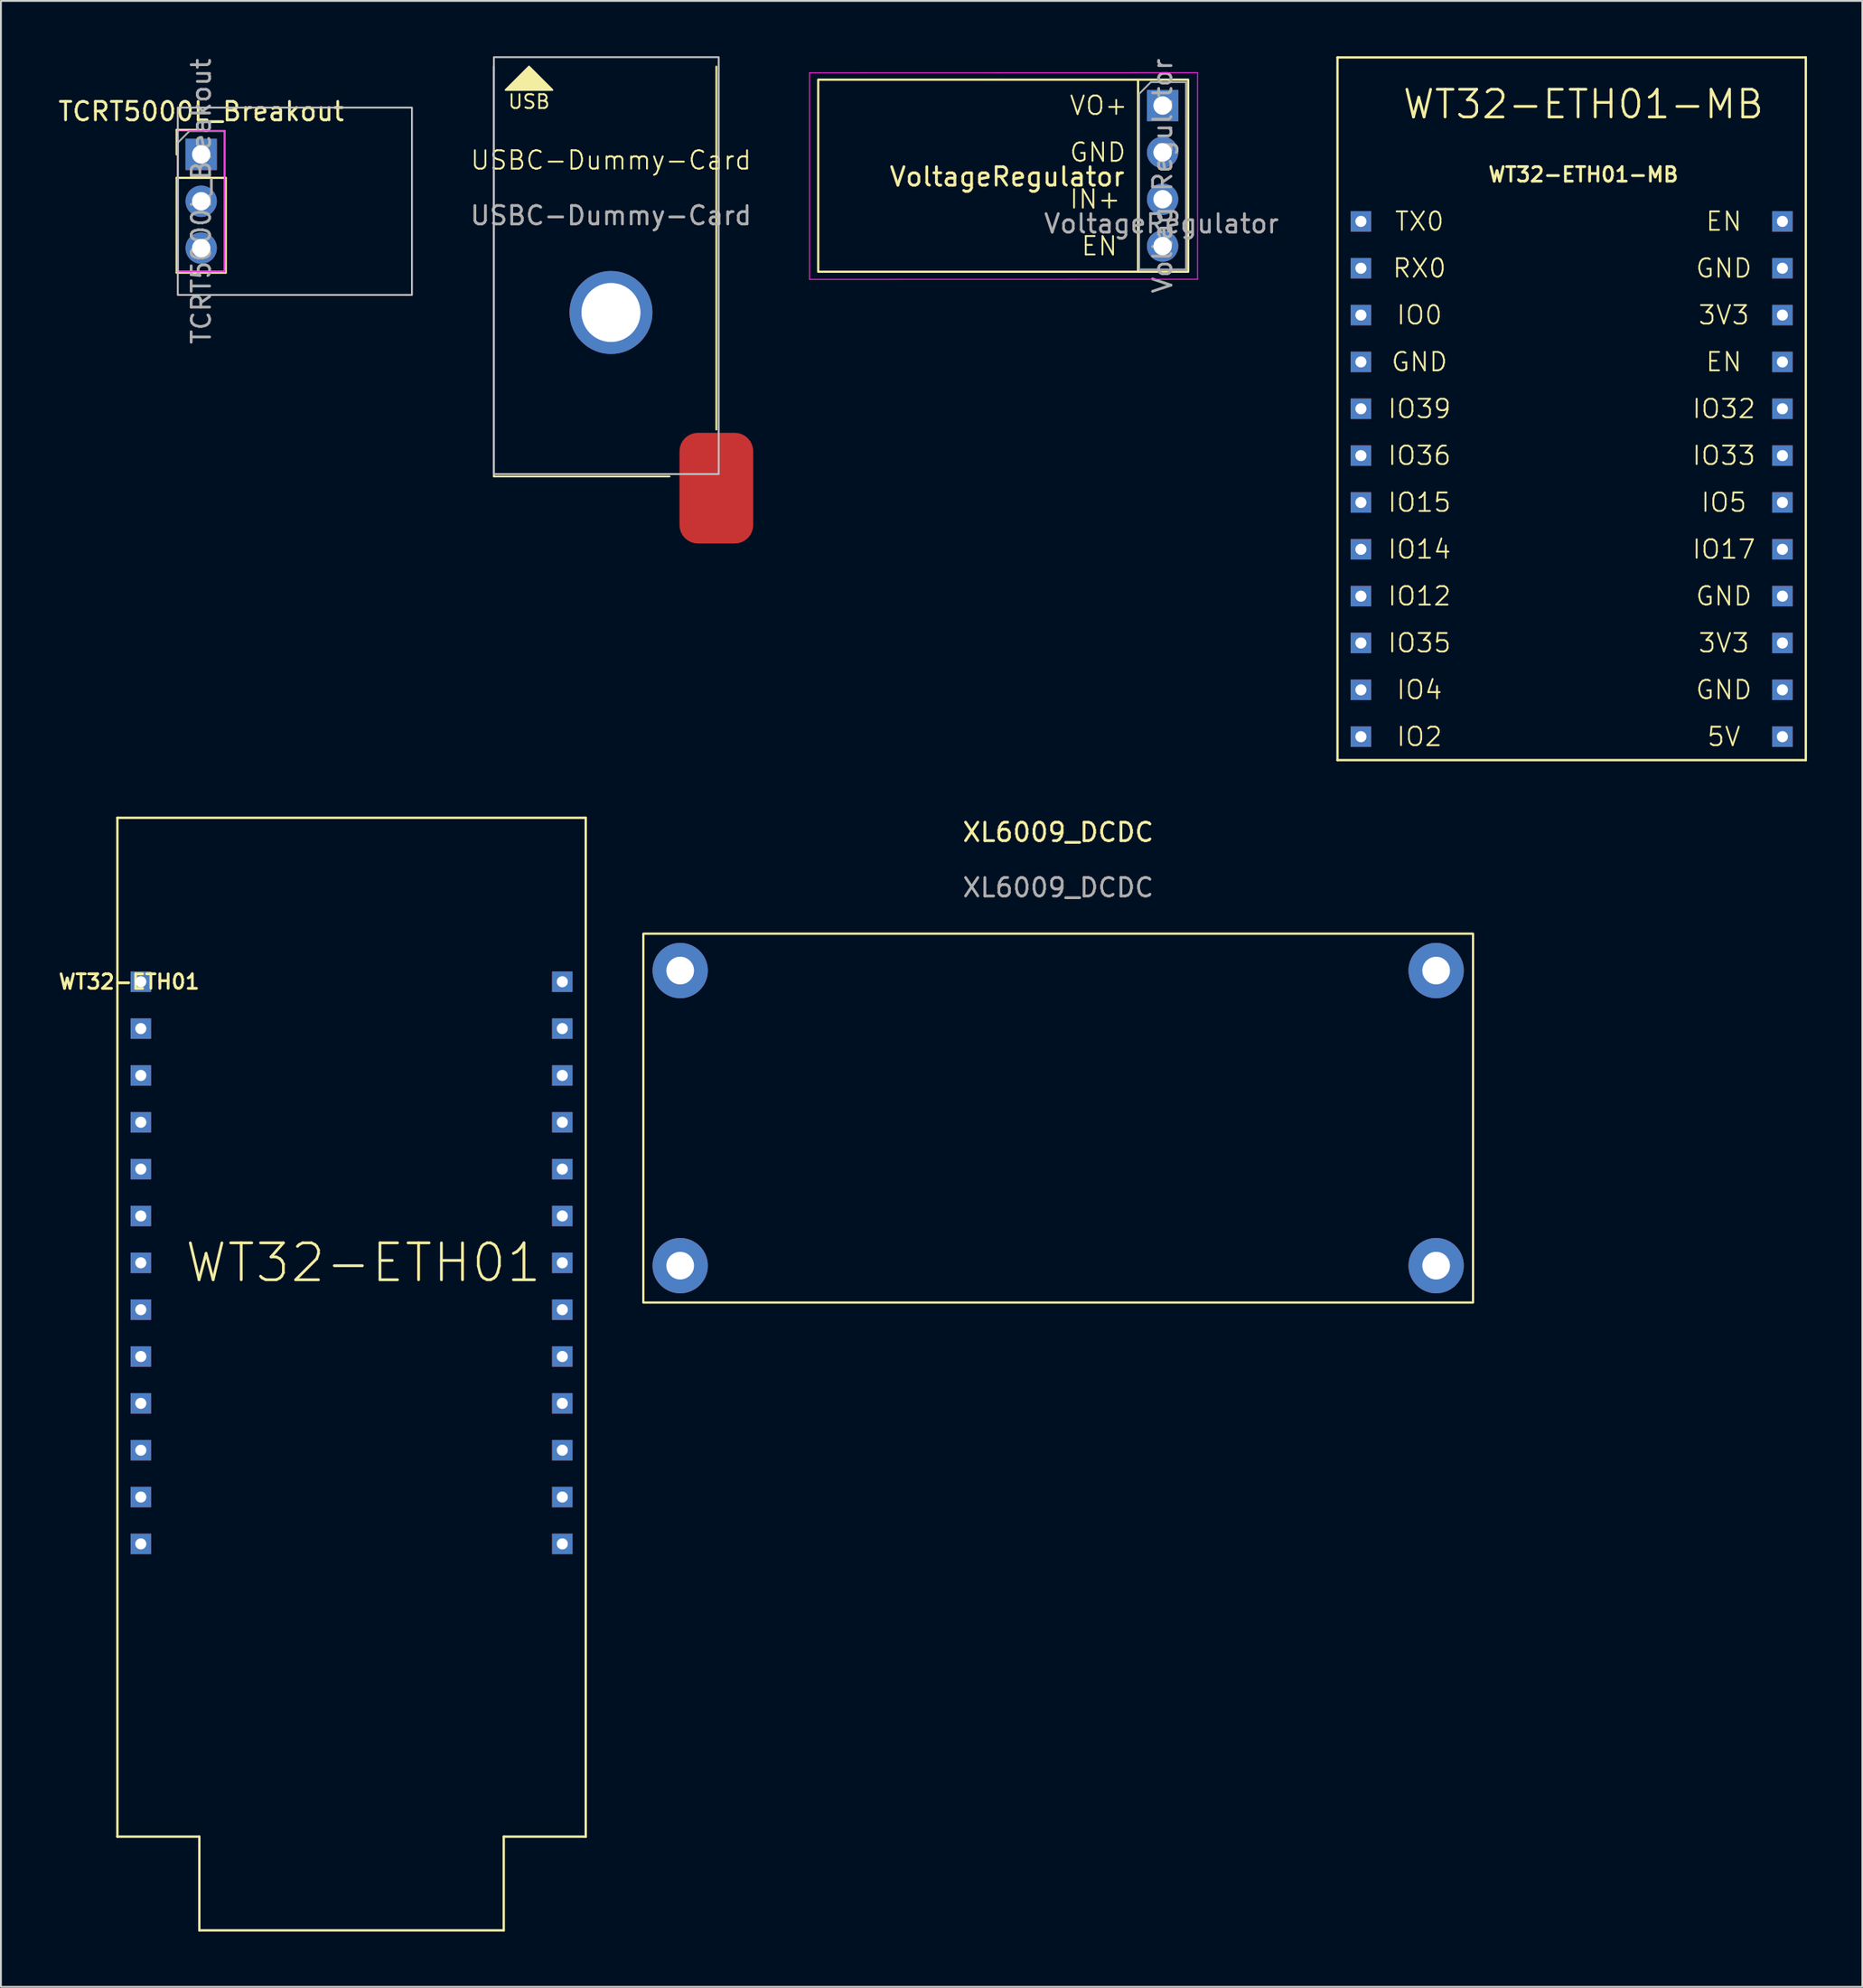
<source format=kicad_pcb>
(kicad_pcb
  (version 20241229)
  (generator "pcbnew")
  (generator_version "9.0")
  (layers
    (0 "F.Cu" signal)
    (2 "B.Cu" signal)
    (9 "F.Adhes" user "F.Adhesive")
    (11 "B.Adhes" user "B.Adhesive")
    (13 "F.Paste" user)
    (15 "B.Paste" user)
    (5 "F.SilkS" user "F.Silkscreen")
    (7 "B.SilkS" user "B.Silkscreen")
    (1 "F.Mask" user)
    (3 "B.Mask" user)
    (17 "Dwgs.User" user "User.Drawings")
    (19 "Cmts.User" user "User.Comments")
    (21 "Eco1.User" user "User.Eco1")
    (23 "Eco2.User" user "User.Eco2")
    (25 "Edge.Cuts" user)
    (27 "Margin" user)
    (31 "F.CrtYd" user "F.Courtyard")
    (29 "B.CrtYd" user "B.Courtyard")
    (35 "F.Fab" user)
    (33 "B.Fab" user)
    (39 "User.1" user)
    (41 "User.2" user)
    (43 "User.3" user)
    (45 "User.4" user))
  (footprint "TCRT5000L_Breakout"
    (layer "F.Cu")
    (at 7.863 5.323)
    (property "Reference" "TCRT5000L_Breakout" (at 0 -2.33 0) (layer "F.SilkS") (effects (font (size 1 1) (thickness 0.15))))
    (attr through_hole)
    (fp_line (start -1.33 -1.33) (end 0 -1.33) (stroke (width 0.12) (type solid)) (layer "F.SilkS"))
    (fp_line (start -1.33 0) (end -1.33 -1.33) (stroke (width 0.12) (type solid)) (layer "F.SilkS"))
    (fp_line (start -1.33 1.27) (end -1.33 6.41) (stroke (width 0.12) (type solid)) (layer "F.SilkS"))
    (fp_line (start -1.33 1.27) (end 1.33 1.27) (stroke (width 0.12) (type solid)) (layer "F.SilkS"))
    (fp_line (start -1.33 6.41) (end 1.33 6.41) (stroke (width 0.12) (type solid)) (layer "F.SilkS"))
    (fp_line (start 1.33 1.27) (end 1.33 6.41) (stroke (width 0.12) (type solid)) (layer "F.SilkS"))
    (fp_rect (start -1.27 -2.54) (end 11.43 7.62) (stroke (width 0.1) (type default)) (fill no) (layer "Dwgs.User"))
    (fp_line (start -1.27 -1.27) (end -1.27 6.35) (stroke (width 0.05) (type solid)) (layer "F.CrtYd"))
    (fp_line (start -1.27 6.35) (end 1.27 6.35) (stroke (width 0.05) (type solid)) (layer "F.CrtYd"))
    (fp_line (start 1.27 -1.27) (end -1.27 -1.27) (stroke (width 0.05) (type solid)) (layer "F.CrtYd"))
    (fp_line (start 1.27 6.35) (end 1.27 -1.27) (stroke (width 0.05) (type solid)) (layer "F.CrtYd"))
    (fp_line (start -1.27 -0.635) (end -0.635 -1.27) (stroke (width 0.1) (type solid)) (layer "F.Fab"))
    (fp_line (start -1.27 6.35) (end -1.27 -0.635) (stroke (width 0.1) (type solid)) (layer "F.Fab"))
    (fp_line (start -0.635 -1.27) (end 1.27 -1.27) (stroke (width 0.1) (type solid)) (layer "F.Fab"))
    (fp_line (start 1.27 -1.27) (end 1.27 6.35) (stroke (width 0.1) (type solid)) (layer "F.Fab"))
    (fp_line (start 1.27 6.35) (end -1.27 6.35) (stroke (width 0.1) (type solid)) (layer "F.Fab"))
    (fp_text user "${REFERENCE}" (at 0 2.54 90) (layer "F.Fab") (effects (font (size 1 1) (thickness 0.15))))
    (pad "1" thru_hole rect (at 0 0) (size 1.7 1.7) (drill 1) (layers "*.Cu" "*.Mask"))
    (pad "2" thru_hole oval (at 0 2.54) (size 1.7 1.7) (drill 1) (layers "*.Cu" "*.Mask"))
    (pad "3" thru_hole oval (at 0 5.08) (size 1.7 1.7) (drill 1) (layers "*.Cu" "*.Mask")))
  (footprint "XL6009_DCDC"
    (layer "F.Cu")
    (at 54.341 42.575)
    (property "Reference" "XL6009_DCDC" (at 0 -0.5 0) (unlocked yes) (layer "F.SilkS") (effects (font (size 1 1) (thickness 0.15))))
    (attr smd)
    (fp_rect (start -22.5 5) (end 22.5 25) (stroke (width 0.12) (type solid)) (fill no) (layer "F.SilkS"))
    (fp_text user "${REFERENCE}" (at 0 2.5 0) (unlocked yes) (layer "F.Fab") (effects (font (size 1 1) (thickness 0.15))))
    (pad "1" thru_hole circle (at -20.5 7) (size 3 3) (drill 1.5) (layers "*.Cu" "*.Mask"))
    (pad "2" thru_hole circle (at -20.5 23) (size 3 3) (drill 1.5) (layers "*.Cu" "*.Mask"))
    (pad "3" thru_hole circle (at 20.5 7) (size 3 3) (drill 1.5) (layers "*.Cu" "*.Mask"))
    (pad "4" thru_hole circle (at 20.5 23) (size 3 3) (drill 1.5) (layers "*.Cu" "*.Mask")))
  (footprint "WT32-ETH01-MB"
    (layer "F.Cu")
    (at 73.935 8.954)
    (property "Reference" "WT32-ETH01-MB" (at 8.89 -2.54 0) (layer "F.SilkS") (effects (font (size 0.787 0.787) (thickness 0.15))))
    (attr through_hole)
    (fp_line (start -4.445 -8.89) (end -4.445 29.21) (stroke (width 0.127) (type solid)) (layer "F.SilkS"))
    (fp_line (start 20.955 -8.89) (end -4.445 -8.89) (stroke (width 0.127) (type solid)) (layer "F.SilkS"))
    (fp_line (start 20.955 -8.89) (end 20.955 29.21) (stroke (width 0.127) (type solid)) (layer "F.SilkS"))
    (fp_line (start 20.955 29.21) (end -4.445 29.21) (stroke (width 0.127) (type solid)) (layer "F.SilkS"))
    (fp_text user "GND" (at 16.51 20.32 0) (unlocked yes) (layer "F.SilkS") (effects (font (size 1 1) (thickness 0.1))))
    (fp_text user "IO5" (at 16.51 15.24 0) (unlocked yes) (layer "F.SilkS") (effects (font (size 1 1) (thickness 0.1))))
    (fp_text user "IO12" (at 0 20.32 0) (unlocked yes) (layer "F.SilkS") (effects (font (size 1 1) (thickness 0.1))))
    (fp_text user "RX0" (at 0 2.54 0) (unlocked yes) (layer "F.SilkS") (effects (font (size 1 1) (thickness 0.1))))
    (fp_text user "3V3" (at 16.51 22.86 0) (unlocked yes) (layer "F.SilkS") (effects (font (size 1 1) (thickness 0.1))))
    (fp_text user "IO4" (at 0 25.4 0) (unlocked yes) (layer "F.SilkS") (effects (font (size 1 1) (thickness 0.1))))
    (fp_text user "TX0" (at 0 0 0) (unlocked yes) (layer "F.SilkS") (effects (font (size 1 1) (thickness 0.1))))
    (fp_text user "IO39" (at 0 10.16 0) (unlocked yes) (layer "F.SilkS") (effects (font (size 1 1) (thickness 0.1))))
    (fp_text user "EN" (at 16.51 0 0) (unlocked yes) (layer "F.SilkS") (effects (font (size 1 1) (thickness 0.1))))
    (fp_text user "IO36" (at 0 12.7 0) (unlocked yes) (layer "F.SilkS") (effects (font (size 1 1) (thickness 0.1))))
    (fp_text user "IO35" (at 0 22.86 0) (unlocked yes) (layer "F.SilkS") (effects (font (size 1 1) (thickness 0.1))))
    (fp_text user "IO33" (at 16.51 12.7 0) (unlocked yes) (layer "F.SilkS") (effects (font (size 1 1) (thickness 0.1))))
    (fp_text user "EN" (at 16.51 7.62 0) (unlocked yes) (layer "F.SilkS") (effects (font (size 1 1) (thickness 0.1))))
    (fp_text user "IO0" (at 0 5.08 0) (unlocked yes) (layer "F.SilkS") (effects (font (size 1 1) (thickness 0.1))))
    (fp_text user "IO2" (at 0 27.94 0) (unlocked yes) (layer "F.SilkS") (effects (font (size 1 1) (thickness 0.1))))
    (fp_text user "IO14" (at 0 17.78 0) (unlocked yes) (layer "F.SilkS") (effects (font (size 1 1) (thickness 0.1))))
    (fp_text user "IO17" (at 16.51 17.78 0) (unlocked yes) (layer "F.SilkS") (effects (font (size 1 1) (thickness 0.1))))
    (fp_text user "WT32-ETH01-MB" (at 8.89 -6.35 0) (layer "F.SilkS") (effects (font (size 1.5 1.5) (thickness 0.15))))
    (fp_text user "GND" (at 16.51 25.4 0) (unlocked yes) (layer "F.SilkS") (effects (font (size 1 1) (thickness 0.1))))
    (fp_text user "IO15" (at 0 15.24 0) (unlocked yes) (layer "F.SilkS") (effects (font (size 1 1) (thickness 0.1))))
    (fp_text user "5V" (at 16.51 27.94 0) (unlocked yes) (layer "F.SilkS") (effects (font (size 1 1) (thickness 0.1))))
    (fp_text user "GND" (at 16.51 2.54 0) (unlocked yes) (layer "F.SilkS") (effects (font (size 1 1) (thickness 0.1))))
    (fp_text user "GND" (at 0 7.62 0) (unlocked yes) (layer "F.SilkS") (effects (font (size 1 1) (thickness 0.1))))
    (fp_text user "3V3" (at 16.51 5.08 0) (unlocked yes) (layer "F.SilkS") (effects (font (size 1 1) (thickness 0.1))))
    (fp_text user "IO32" (at 16.51 10.16 0) (unlocked yes) (layer "F.SilkS") (effects (font (size 1 1) (thickness 0.1))))
    (pad "3V3" thru_hole rect (at 19.685 5.08) (size 1.108 1.108) (drill 0.6) (layers "*.Cu" "*.Mask"))
    (pad "3V3@1" thru_hole rect (at 19.685 22.86) (size 1.108 1.108) (drill 0.6) (layers "*.Cu" "*.Mask"))
    (pad "5V" thru_hole rect (at 19.685 27.94) (size 1.108 1.108) (drill 0.6) (layers "*.Cu" "*.Mask"))
    (pad "485_EN" thru_hole rect (at 19.685 12.7) (size 1.108 1.108) (drill 0.6) (layers "*.Cu" "*.Mask"))
    (pad "CFG" thru_hole rect (at 19.685 10.16) (size 1.108 1.108) (drill 0.6) (layers "*.Cu" "*.Mask"))
    (pad "EN" thru_hole rect (at 19.685 0) (size 1.108 1.108) (drill 0.6) (layers "*.Cu" "*.Mask"))
    (pad "EN@1" thru_hole rect (at 19.685 7.62) (size 1.108 1.108) (drill 0.6) (layers "*.Cu" "*.Mask"))
    (pad "GND" thru_hole rect (at 19.685 2.54) (size 1.108 1.108) (drill 0.6) (layers "*.Cu" "*.Mask"))
    (pad "GND@1" thru_hole rect (at 19.685 20.32) (size 1.108 1.108) (drill 0.6) (layers "*.Cu" "*.Mask"))
    (pad "GND@2" thru_hole rect (at 19.685 25.4) (size 1.108 1.108) (drill 0.6) (layers "*.Cu" "*.Mask"))
    (pad "GND@3" thru_hole rect (at -3.175 7.62) (size 1.108 1.108) (drill 0.6) (layers "*.Cu" "*.Mask"))
    (pad "IO0" thru_hole rect (at -3.175 5.08) (size 1.108 1.108) (drill 0.6) (layers "*.Cu" "*.Mask"))
    (pad "IO2" thru_hole rect (at -3.175 27.94) (size 1.108 1.108) (drill 0.6) (layers "*.Cu" "*.Mask"))
    (pad "IO4" thru_hole rect (at -3.175 25.4) (size 1.108 1.108) (drill 0.6) (layers "*.Cu" "*.Mask"))
    (pad "IO12" thru_hole rect (at -3.175 20.32) (size 1.108 1.108) (drill 0.6) (layers "*.Cu" "*.Mask"))
    (pad "IO14" thru_hole rect (at -3.175 17.78) (size 1.108 1.108) (drill 0.6) (layers "*.Cu" "*.Mask"))
    (pad "IO15" thru_hole rect (at -3.175 15.24) (size 1.108 1.108) (drill 0.6) (layers "*.Cu" "*.Mask"))
    (pad "IO35" thru_hole rect (at -3.175 22.86) (size 1.108 1.108) (drill 0.6) (layers "*.Cu" "*.Mask"))
    (pad "IO36" thru_hole rect (at -3.175 12.7) (size 1.108 1.108) (drill 0.6) (layers "*.Cu" "*.Mask"))
    (pad "IO39" thru_hole rect (at -3.175 10.16) (size 1.108 1.108) (drill 0.6) (layers "*.Cu" "*.Mask"))
    (pad "RX0" thru_hole rect (at -3.175 2.54) (size 1.108 1.108) (drill 0.6) (layers "*.Cu" "*.Mask"))
    (pad "RXD" thru_hole rect (at 19.685 15.24) (size 1.108 1.108) (drill 0.6) (layers "*.Cu" "*.Mask"))
    (pad "TX0" thru_hole rect (at -3.175 0) (size 1.108 1.108) (drill 0.6) (layers "*.Cu" "*.Mask"))
    (pad "TXD" thru_hole rect (at 19.685 17.78) (size 1.108 1.108) (drill 0.6) (layers "*.Cu" "*.Mask")))
  (footprint "WT32-ETH01"
    (layer "F.Cu")
    (at 3.952 50.181)
    (property "Reference" "WT32-ETH01" (at 0 0 0) (layer "F.SilkS") (effects (font (size 0.787 0.787) (thickness 0.15))))
    (attr through_hole)
    (fp_line (start -0.635 -8.89) (end -0.635 46.355) (stroke (width 0.127) (type solid)) (layer "F.SilkS"))
    (fp_line (start -0.635 -8.89) (end 24.765 -8.89) (stroke (width 0.127) (type solid)) (layer "F.SilkS"))
    (fp_line (start -0.635 46.355) (end 3.81 46.355) (stroke (width 0.127) (type solid)) (layer "F.SilkS"))
    (fp_line (start 3.81 46.355) (end 3.81 51.435) (stroke (width 0.127) (type solid)) (layer "F.SilkS"))
    (fp_line (start 3.81 51.435) (end 20.32 51.435) (stroke (width 0.127) (type solid)) (layer "F.SilkS"))
    (fp_line (start 20.32 51.435) (end 20.32 46.355) (stroke (width 0.127) (type solid)) (layer "F.SilkS"))
    (fp_line (start 24.765 -8.89) (end 24.765 46.355) (stroke (width 0.127) (type solid)) (layer "F.SilkS"))
    (fp_line (start 24.765 46.355) (end 20.32 46.355) (stroke (width 0.127) (type solid)) (layer "F.SilkS"))
    (fp_text user "WT32-ETH01" (at 12.7 15.24 0) (layer "F.SilkS") (effects (font (size 2 2) (thickness 0.15))))
    (pad "3V3" thru_hole rect (at 0.635 5.08) (size 1.108 1.108) (drill 0.6) (layers "*.Cu" "*.Mask"))
    (pad "3V3@1" thru_hole rect (at 0.635 22.86) (size 1.108 1.108) (drill 0.6) (layers "*.Cu" "*.Mask"))
    (pad "5V" thru_hole rect (at 0.635 27.94) (size 1.108 1.108) (drill 0.6) (layers "*.Cu" "*.Mask"))
    (pad "485_EN" thru_hole rect (at 0.635 12.7) (size 1.108 1.108) (drill 0.6) (layers "*.Cu" "*.Mask"))
    (pad "CFG" thru_hole rect (at 0.635 10.16) (size 1.108 1.108) (drill 0.6) (layers "*.Cu" "*.Mask"))
    (pad "EN" thru_hole rect (at 0.635 0) (size 1.108 1.108) (drill 0.6) (layers "*.Cu" "*.Mask"))
    (pad "EN@1" thru_hole rect (at 0.635 7.62) (size 1.108 1.108) (drill 0.6) (layers "*.Cu" "*.Mask"))
    (pad "GND" thru_hole rect (at 0.635 2.54) (size 1.108 1.108) (drill 0.6) (layers "*.Cu" "*.Mask"))
    (pad "GND@1" thru_hole rect (at 0.635 20.32) (size 1.108 1.108) (drill 0.6) (layers "*.Cu" "*.Mask"))
    (pad "GND@2" thru_hole rect (at 0.635 25.4) (size 1.108 1.108) (drill 0.6) (layers "*.Cu" "*.Mask"))
    (pad "GND@3" thru_hole rect (at 23.495 7.62) (size 1.108 1.108) (drill 0.6) (layers "*.Cu" "*.Mask"))
    (pad "GND@4" thru_hole rect (at 23.495 30.48) (size 1.108 1.108) (drill 0.6) (layers "*.Cu" "*.Mask"))
    (pad "IO0" thru_hole rect (at 23.495 5.08) (size 1.108 1.108) (drill 0.6) (layers "*.Cu" "*.Mask"))
    (pad "IO2" thru_hole rect (at 23.495 27.94) (size 1.108 1.108) (drill 0.6) (layers "*.Cu" "*.Mask"))
    (pad "IO4" thru_hole rect (at 23.495 25.4) (size 1.108 1.108) (drill 0.6) (layers "*.Cu" "*.Mask"))
    (pad "IO12" thru_hole rect (at 23.495 20.32) (size 1.108 1.108) (drill 0.6) (layers "*.Cu" "*.Mask"))
    (pad "IO14" thru_hole rect (at 23.495 17.78) (size 1.108 1.108) (drill 0.6) (layers "*.Cu" "*.Mask"))
    (pad "IO15" thru_hole rect (at 23.495 15.24) (size 1.108 1.108) (drill 0.6) (layers "*.Cu" "*.Mask"))
    (pad "IO35" thru_hole rect (at 23.495 22.86) (size 1.108 1.108) (drill 0.6) (layers "*.Cu" "*.Mask"))
    (pad "IO36" thru_hole rect (at 23.495 12.7) (size 1.108 1.108) (drill 0.6) (layers "*.Cu" "*.Mask"))
    (pad "IO39" thru_hole rect (at 23.495 10.16) (size 1.108 1.108) (drill 0.6) (layers "*.Cu" "*.Mask"))
    (pad "LINK" thru_hole rect (at 0.635 30.48) (size 1.108 1.108) (drill 0.6) (layers "*.Cu" "*.Mask"))
    (pad "RX0" thru_hole rect (at 23.495 2.54) (size 1.108 1.108) (drill 0.6) (layers "*.Cu" "*.Mask"))
    (pad "RXD" thru_hole rect (at 0.635 15.24) (size 1.108 1.108) (drill 0.6) (layers "*.Cu" "*.Mask"))
    (pad "TX0" thru_hole rect (at 23.495 0) (size 1.108 1.108) (drill 0.6) (layers "*.Cu" "*.Mask"))
    (pad "TXD" thru_hole rect (at 0.635 17.78) (size 1.108 1.108) (drill 0.6) (layers "*.Cu" "*.Mask")))
  (footprint "USBC-Dummy-Card"
    (layer "F.Cu")
    (at 30.087 11.353)
    (property "Reference" "USBC-Dummy-Card" (at 0 -5.715 0) (unlocked yes) (layer "F.SilkS") (effects (font (size 1 1) (thickness 0.1))))
    (attr smd)
    (fp_line (start -6.35 -10.795) (end -6.35 11.43) (stroke (width 0.1) (type default)) (layer "F.SilkS"))
    (fp_line (start -6.35 11.43) (end 3.175 11.43) (stroke (width 0.1) (type default)) (layer "F.SilkS"))
    (fp_line (start 5.715 8.89) (end 5.715 -10.795) (stroke (width 0.1) (type default)) (layer "F.SilkS"))
    (fp_poly (pts (xy -5.715 -9.525) (xy -3.175 -9.525) (xy -4.445 -10.795)) (stroke (width 0.1) (type solid)) (fill yes) (layer "F.SilkS"))
    (fp_rect (start -6.35 -11.303) (end 5.842 11.303) (stroke (width 0.1) (type default)) (fill no) (layer "Dwgs.User"))
    (fp_text user "USB" (at -4.445 -8.89 0) (unlocked yes) (layer "F.SilkS") (effects (font (size 0.75 0.75) (thickness 0.1))))
    (fp_text user "${REFERENCE}" (at 0 -2.715 0) (unlocked yes) (layer "F.Fab") (effects (font (size 1 1) (thickness 0.15))))
    (pad "1" smd roundrect (at 5.715 12.065 90) (size 6 4) (layers "F.Cu" "F.Mask" "F.Paste") (roundrect_rratio 0.25))
    (pad "2" thru_hole circle (at 0 2.54) (size 4.5 4.5) (drill 3.2) (layers "*.Cu" "*.Mask")))
  (footprint "VoltageRegulator"
    (layer "F.Cu")
    (at 51.089 6.431)
    (property "Reference" "VoltageRegulator" (at 0.483 0.102 0) (unlocked yes) (layer "F.SilkS") (effects (font (size 1 1) (thickness 0.15))))
    (attr through_hole)
    (fp_line (start 7.585 -5.131) (end 7.585 5.191) (stroke (width 0.12) (type solid)) (layer "F.SilkS"))
    (fp_rect (start -9.763 -5.161) (end 10.303 5.253) (stroke (width 0.12) (type solid)) (fill no) (layer "F.SilkS"))
    (fp_line (start -10.233 -5.534) (end -10.233 5.666) (stroke (width 0.05) (type solid)) (layer "F.CrtYd"))
    (fp_line (start -10.233 5.666) (end 10.811 5.66) (stroke (width 0.05) (type solid)) (layer "F.CrtYd"))
    (fp_line (start 10.811 -5.542) (end -10.233 -5.534) (stroke (width 0.05) (type solid)) (layer "F.CrtYd"))
    (fp_line (start 10.811 5.66) (end 10.811 -5.542) (stroke (width 0.05) (type solid)) (layer "F.CrtYd"))
    (fp_line (start 7.645 -4.394) (end 8.28 -5.029) (stroke (width 0.1) (type solid)) (layer "F.Fab"))
    (fp_line (start 7.645 5.131) (end 7.645 -4.394) (stroke (width 0.1) (type solid)) (layer "F.Fab"))
    (fp_line (start 8.28 -5.029) (end 10.185 -5.029) (stroke (width 0.1) (type solid)) (layer "F.Fab"))
    (fp_line (start 10.185 -5.029) (end 10.185 5.131) (stroke (width 0.1) (type solid)) (layer "F.Fab"))
    (fp_line (start 10.185 5.131) (end 7.645 5.131) (stroke (width 0.1) (type solid)) (layer "F.Fab"))
    (fp_text user "IN+" (at 3.81 1.905 0) (unlocked yes) (layer "F.SilkS") (effects (font (size 1 1) (thickness 0.1)) (justify left bottom)))
    (fp_text user "GND" (at 3.81 -0.635 0) (unlocked yes) (layer "F.SilkS") (effects (font (size 1 1) (thickness 0.1)) (justify left bottom)))
    (fp_text user "VO+" (at 3.81 -3.175 0) (unlocked yes) (layer "F.SilkS") (effects (font (size 1 1) (thickness 0.1)) (justify left bottom)))
    (fp_text user "EN" (at 4.445 4.445 0) (unlocked yes) (layer "F.SilkS") (effects (font (size 1 1) (thickness 0.1)) (justify left bottom)))
    (fp_text user "${REFERENCE}" (at 8.915 0.051 90) (layer "F.Fab") (effects (font (size 1 1) (thickness 0.15))))
    (fp_text user "${REFERENCE}" (at 8.855 2.648 0) (unlocked yes) (layer "F.Fab") (effects (font (size 1 1) (thickness 0.15))))
    (pad "1" thru_hole rect (at 8.915 -3.759) (size 1.7 1.7) (drill 1) (layers "*.Cu" "*.Mask"))
    (pad "2" thru_hole oval (at 8.915 -1.219) (size 1.7 1.7) (drill 1) (layers "*.Cu" "*.Mask"))
    (pad "3" thru_hole oval (at 8.915 1.321) (size 1.7 1.7) (drill 1) (layers "*.Cu" "*.Mask"))
    (pad "4" thru_hole oval (at 8.915 3.861) (size 1.7 1.7) (drill 1) (layers "*.Cu" "*.Mask")))
  (gr_rect
    (start -3 -3)
    (end 97.954 104.679)
    (stroke (width 0.1) (type default))
    (fill no)
    (layer "Edge.Cuts")))
</source>
